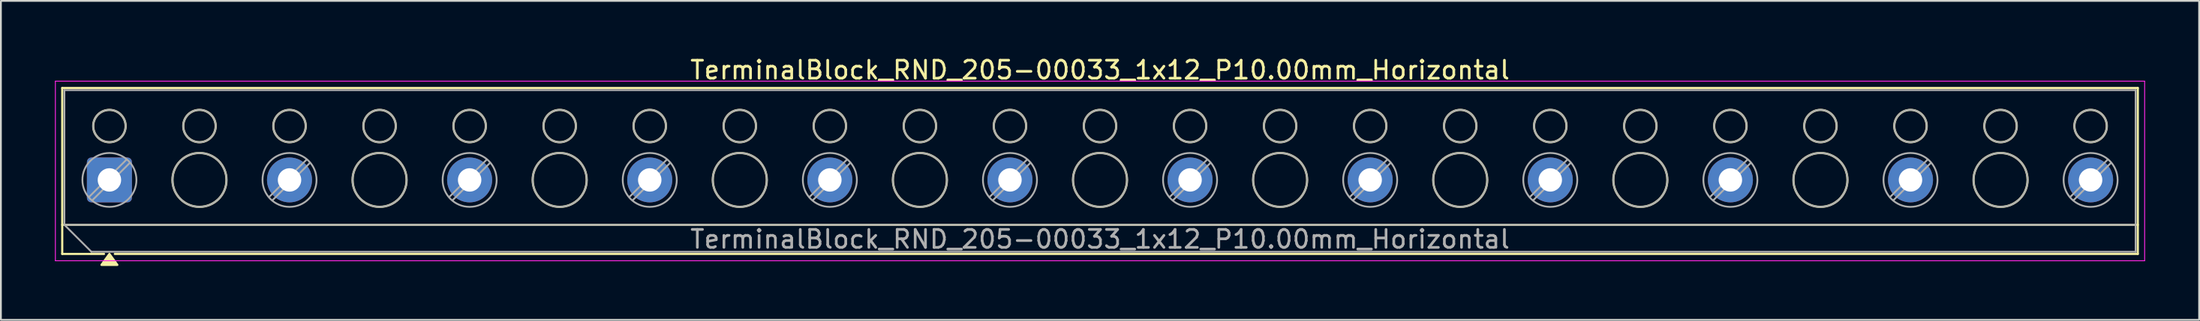
<source format=kicad_pcb>
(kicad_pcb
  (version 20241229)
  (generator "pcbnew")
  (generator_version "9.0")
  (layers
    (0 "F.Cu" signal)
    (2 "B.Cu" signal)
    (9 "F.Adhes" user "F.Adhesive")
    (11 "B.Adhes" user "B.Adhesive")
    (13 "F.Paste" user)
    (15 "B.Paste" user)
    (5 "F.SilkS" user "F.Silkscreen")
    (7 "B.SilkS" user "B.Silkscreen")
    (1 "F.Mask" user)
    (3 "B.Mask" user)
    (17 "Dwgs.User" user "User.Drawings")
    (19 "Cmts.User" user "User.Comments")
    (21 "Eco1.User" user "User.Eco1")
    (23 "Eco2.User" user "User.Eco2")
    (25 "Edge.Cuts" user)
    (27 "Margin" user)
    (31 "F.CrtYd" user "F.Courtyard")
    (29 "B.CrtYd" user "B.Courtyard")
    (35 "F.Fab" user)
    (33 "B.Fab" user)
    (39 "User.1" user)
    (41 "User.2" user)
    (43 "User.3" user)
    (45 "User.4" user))
  (footprint "TerminalBlock_RND_205-00033_1x12_P10.00mm_Horizontal"
    (layer "F.Cu")
    (at 3.025 6.968)
    (property "Reference" "TerminalBlock_RND_205-00033_1x12_P10.00mm_Horizontal" (at 55 -6.12 0) (layer "F.SilkS") (effects (font (size 1 1) (thickness 0.15))))
    (attr through_hole)
    (fp_line (start -2.62 -5.12) (end -2.62 4.12) (stroke (width 0.12) (type solid)) (layer "F.SilkS"))
    (fp_line (start -2.62 -5.12) (end 112.62 -5.12) (stroke (width 0.12) (type solid)) (layer "F.SilkS"))
    (fp_line (start -2.62 2.5) (end 112.62 2.5) (stroke (width 0.12) (type solid)) (layer "F.SilkS"))
    (fp_line (start -2.62 4.12) (end -0.3 4.12) (stroke (width 0.12) (type solid)) (layer "F.SilkS"))
    (fp_line (start 0.3 4.12) (end 112.62 4.12) (stroke (width 0.12) (type solid)) (layer "F.SilkS"))
    (fp_line (start 112.62 -5.12) (end 112.62 4.12) (stroke (width 0.12) (type solid)) (layer "F.SilkS"))
    (fp_circle (center 0 -3) (end 0.9 -3) (stroke (width 0.12) (type solid)) (fill no) (layer "F.SilkS"))
    (fp_circle (center 5 -3) (end 5.9 -3) (stroke (width 0.12) (type solid)) (fill no) (layer "F.SilkS"))
    (fp_circle (center 5 0) (end 6.5 0) (stroke (width 0.12) (type solid)) (fill no) (layer "F.SilkS"))
    (fp_circle (center 10 -3) (end 10.9 -3) (stroke (width 0.12) (type solid)) (fill no) (layer "F.SilkS"))
    (fp_circle (center 15 -3) (end 15.9 -3) (stroke (width 0.12) (type solid)) (fill no) (layer "F.SilkS"))
    (fp_circle (center 15 0) (end 16.5 0) (stroke (width 0.12) (type solid)) (fill no) (layer "F.SilkS"))
    (fp_circle (center 20 -3) (end 20.9 -3) (stroke (width 0.12) (type solid)) (fill no) (layer "F.SilkS"))
    (fp_circle (center 25 -3) (end 25.9 -3) (stroke (width 0.12) (type solid)) (fill no) (layer "F.SilkS"))
    (fp_circle (center 25 0) (end 26.5 0) (stroke (width 0.12) (type solid)) (fill no) (layer "F.SilkS"))
    (fp_circle (center 30 -3) (end 30.9 -3) (stroke (width 0.12) (type solid)) (fill no) (layer "F.SilkS"))
    (fp_circle (center 35 -3) (end 35.9 -3) (stroke (width 0.12) (type solid)) (fill no) (layer "F.SilkS"))
    (fp_circle (center 35 0) (end 36.5 0) (stroke (width 0.12) (type solid)) (fill no) (layer "F.SilkS"))
    (fp_circle (center 40 -3) (end 40.9 -3) (stroke (width 0.12) (type solid)) (fill no) (layer "F.SilkS"))
    (fp_circle (center 45 -3) (end 45.9 -3) (stroke (width 0.12) (type solid)) (fill no) (layer "F.SilkS"))
    (fp_circle (center 45 0) (end 46.5 0) (stroke (width 0.12) (type solid)) (fill no) (layer "F.SilkS"))
    (fp_circle (center 50 -3) (end 50.9 -3) (stroke (width 0.12) (type solid)) (fill no) (layer "F.SilkS"))
    (fp_circle (center 55 -3) (end 55.9 -3) (stroke (width 0.12) (type solid)) (fill no) (layer "F.SilkS"))
    (fp_circle (center 55 0) (end 56.5 0) (stroke (width 0.12) (type solid)) (fill no) (layer "F.SilkS"))
    (fp_circle (center 60 -3) (end 60.9 -3) (stroke (width 0.12) (type solid)) (fill no) (layer "F.SilkS"))
    (fp_circle (center 65 -3) (end 65.9 -3) (stroke (width 0.12) (type solid)) (fill no) (layer "F.SilkS"))
    (fp_circle (center 65 0) (end 66.5 0) (stroke (width 0.12) (type solid)) (fill no) (layer "F.SilkS"))
    (fp_circle (center 70 -3) (end 70.9 -3) (stroke (width 0.12) (type solid)) (fill no) (layer "F.SilkS"))
    (fp_circle (center 75 -3) (end 75.9 -3) (stroke (width 0.12) (type solid)) (fill no) (layer "F.SilkS"))
    (fp_circle (center 75 0) (end 76.5 0) (stroke (width 0.12) (type solid)) (fill no) (layer "F.SilkS"))
    (fp_circle (center 80 -3) (end 80.9 -3) (stroke (width 0.12) (type solid)) (fill no) (layer "F.SilkS"))
    (fp_circle (center 85 -3) (end 85.9 -3) (stroke (width 0.12) (type solid)) (fill no) (layer "F.SilkS"))
    (fp_circle (center 85 0) (end 86.5 0) (stroke (width 0.12) (type solid)) (fill no) (layer "F.SilkS"))
    (fp_circle (center 90 -3) (end 90.9 -3) (stroke (width 0.12) (type solid)) (fill no) (layer "F.SilkS"))
    (fp_circle (center 95 -3) (end 95.9 -3) (stroke (width 0.12) (type solid)) (fill no) (layer "F.SilkS"))
    (fp_circle (center 95 0) (end 96.5 0) (stroke (width 0.12) (type solid)) (fill no) (layer "F.SilkS"))
    (fp_circle (center 100 -3) (end 100.9 -3) (stroke (width 0.12) (type solid)) (fill no) (layer "F.SilkS"))
    (fp_circle (center 105 -3) (end 105.9 -3) (stroke (width 0.12) (type solid)) (fill no) (layer "F.SilkS"))
    (fp_circle (center 105 0) (end 106.5 0) (stroke (width 0.12) (type solid)) (fill no) (layer "F.SilkS"))
    (fp_circle (center 110 -3) (end 110.9 -3) (stroke (width 0.12) (type solid)) (fill no) (layer "F.SilkS"))
    (fp_poly (pts (xy 0 4.12) (xy 0.44 4.73) (xy -0.44 4.73)) (stroke (width 0.12) (type solid)) (fill yes) (layer "F.SilkS"))
    (fp_line (start -3 -5.5) (end -3 4.5) (stroke (width 0.05) (type solid)) (layer "F.CrtYd"))
    (fp_line (start -3 4.5) (end 113 4.5) (stroke (width 0.05) (type solid)) (layer "F.CrtYd"))
    (fp_line (start 113 -5.5) (end -3 -5.5) (stroke (width 0.05) (type solid)) (layer "F.CrtYd"))
    (fp_line (start 113 4.5) (end 113 -5.5) (stroke (width 0.05) (type solid)) (layer "F.CrtYd"))
    (fp_line (start -2.5 -5) (end 112.5 -5) (stroke (width 0.1) (type solid)) (layer "F.Fab"))
    (fp_line (start -2.5 2.5) (end -2.5 -5) (stroke (width 0.1) (type solid)) (layer "F.Fab"))
    (fp_line (start -2.5 2.5) (end 112.5 2.5) (stroke (width 0.1) (type solid)) (layer "F.Fab"))
    (fp_line (start -1 4) (end -2.5 2.5) (stroke (width 0.1) (type solid)) (layer "F.Fab"))
    (fp_line (start 0.955 -1.138) (end -1.138 0.955) (stroke (width 0.1) (type solid)) (layer "F.Fab"))
    (fp_line (start 1.138 -0.955) (end -0.955 1.138) (stroke (width 0.1) (type solid)) (layer "F.Fab"))
    (fp_line (start 10.955 -1.138) (end 8.862 0.955) (stroke (width 0.1) (type solid)) (layer "F.Fab"))
    (fp_line (start 11.138 -0.955) (end 9.045 1.138) (stroke (width 0.1) (type solid)) (layer "F.Fab"))
    (fp_line (start 20.955 -1.138) (end 18.862 0.955) (stroke (width 0.1) (type solid)) (layer "F.Fab"))
    (fp_line (start 21.138 -0.955) (end 19.045 1.138) (stroke (width 0.1) (type solid)) (layer "F.Fab"))
    (fp_line (start 30.955 -1.138) (end 28.862 0.955) (stroke (width 0.1) (type solid)) (layer "F.Fab"))
    (fp_line (start 31.138 -0.955) (end 29.045 1.138) (stroke (width 0.1) (type solid)) (layer "F.Fab"))
    (fp_line (start 40.955 -1.138) (end 38.862 0.955) (stroke (width 0.1) (type solid)) (layer "F.Fab"))
    (fp_line (start 41.138 -0.955) (end 39.045 1.138) (stroke (width 0.1) (type solid)) (layer "F.Fab"))
    (fp_line (start 50.955 -1.138) (end 48.862 0.955) (stroke (width 0.1) (type solid)) (layer "F.Fab"))
    (fp_line (start 51.138 -0.955) (end 49.045 1.138) (stroke (width 0.1) (type solid)) (layer "F.Fab"))
    (fp_line (start 60.955 -1.138) (end 58.862 0.955) (stroke (width 0.1) (type solid)) (layer "F.Fab"))
    (fp_line (start 61.138 -0.955) (end 59.045 1.138) (stroke (width 0.1) (type solid)) (layer "F.Fab"))
    (fp_line (start 70.955 -1.138) (end 68.862 0.955) (stroke (width 0.1) (type solid)) (layer "F.Fab"))
    (fp_line (start 71.138 -0.955) (end 69.045 1.138) (stroke (width 0.1) (type solid)) (layer "F.Fab"))
    (fp_line (start 80.955 -1.138) (end 78.862 0.955) (stroke (width 0.1) (type solid)) (layer "F.Fab"))
    (fp_line (start 81.138 -0.955) (end 79.045 1.138) (stroke (width 0.1) (type solid)) (layer "F.Fab"))
    (fp_line (start 90.955 -1.138) (end 88.862 0.955) (stroke (width 0.1) (type solid)) (layer "F.Fab"))
    (fp_line (start 91.138 -0.955) (end 89.045 1.138) (stroke (width 0.1) (type solid)) (layer "F.Fab"))
    (fp_line (start 100.955 -1.138) (end 98.862 0.955) (stroke (width 0.1) (type solid)) (layer "F.Fab"))
    (fp_line (start 101.138 -0.955) (end 99.045 1.138) (stroke (width 0.1) (type solid)) (layer "F.Fab"))
    (fp_line (start 110.955 -1.138) (end 108.862 0.955) (stroke (width 0.1) (type solid)) (layer "F.Fab"))
    (fp_line (start 111.138 -0.955) (end 109.045 1.138) (stroke (width 0.1) (type solid)) (layer "F.Fab"))
    (fp_line (start 112.5 -5) (end 112.5 4) (stroke (width 0.1) (type solid)) (layer "F.Fab"))
    (fp_line (start 112.5 4) (end -1 4) (stroke (width 0.1) (type solid)) (layer "F.Fab"))
    (fp_circle (center 0 -3) (end 0.9 -3) (stroke (width 0.1) (type solid)) (fill no) (layer "F.Fab"))
    (fp_circle (center 0 0) (end 1.5 0) (stroke (width 0.1) (type solid)) (fill no) (layer "F.Fab"))
    (fp_circle (center 5 -3) (end 5.9 -3) (stroke (width 0.1) (type solid)) (fill no) (layer "F.Fab"))
    (fp_circle (center 5 0) (end 6.5 0) (stroke (width 0.1) (type solid)) (fill no) (layer "F.Fab"))
    (fp_circle (center 10 -3) (end 10.9 -3) (stroke (width 0.1) (type solid)) (fill no) (layer "F.Fab"))
    (fp_circle (center 10 0) (end 11.5 0) (stroke (width 0.1) (type solid)) (fill no) (layer "F.Fab"))
    (fp_circle (center 15 -3) (end 15.9 -3) (stroke (width 0.1) (type solid)) (fill no) (layer "F.Fab"))
    (fp_circle (center 15 0) (end 16.5 0) (stroke (width 0.1) (type solid)) (fill no) (layer "F.Fab"))
    (fp_circle (center 20 -3) (end 20.9 -3) (stroke (width 0.1) (type solid)) (fill no) (layer "F.Fab"))
    (fp_circle (center 20 0) (end 21.5 0) (stroke (width 0.1) (type solid)) (fill no) (layer "F.Fab"))
    (fp_circle (center 25 -3) (end 25.9 -3) (stroke (width 0.1) (type solid)) (fill no) (layer "F.Fab"))
    (fp_circle (center 25 0) (end 26.5 0) (stroke (width 0.1) (type solid)) (fill no) (layer "F.Fab"))
    (fp_circle (center 30 -3) (end 30.9 -3) (stroke (width 0.1) (type solid)) (fill no) (layer "F.Fab"))
    (fp_circle (center 30 0) (end 31.5 0) (stroke (width 0.1) (type solid)) (fill no) (layer "F.Fab"))
    (fp_circle (center 35 -3) (end 35.9 -3) (stroke (width 0.1) (type solid)) (fill no) (layer "F.Fab"))
    (fp_circle (center 35 0) (end 36.5 0) (stroke (width 0.1) (type solid)) (fill no) (layer "F.Fab"))
    (fp_circle (center 40 -3) (end 40.9 -3) (stroke (width 0.1) (type solid)) (fill no) (layer "F.Fab"))
    (fp_circle (center 40 0) (end 41.5 0) (stroke (width 0.1) (type solid)) (fill no) (layer "F.Fab"))
    (fp_circle (center 45 -3) (end 45.9 -3) (stroke (width 0.1) (type solid)) (fill no) (layer "F.Fab"))
    (fp_circle (center 45 0) (end 46.5 0) (stroke (width 0.1) (type solid)) (fill no) (layer "F.Fab"))
    (fp_circle (center 50 -3) (end 50.9 -3) (stroke (width 0.1) (type solid)) (fill no) (layer "F.Fab"))
    (fp_circle (center 50 0) (end 51.5 0) (stroke (width 0.1) (type solid)) (fill no) (layer "F.Fab"))
    (fp_circle (center 55 -3) (end 55.9 -3) (stroke (width 0.1) (type solid)) (fill no) (layer "F.Fab"))
    (fp_circle (center 55 0) (end 56.5 0) (stroke (width 0.1) (type solid)) (fill no) (layer "F.Fab"))
    (fp_circle (center 60 -3) (end 60.9 -3) (stroke (width 0.1) (type solid)) (fill no) (layer "F.Fab"))
    (fp_circle (center 60 0) (end 61.5 0) (stroke (width 0.1) (type solid)) (fill no) (layer "F.Fab"))
    (fp_circle (center 65 -3) (end 65.9 -3) (stroke (width 0.1) (type solid)) (fill no) (layer "F.Fab"))
    (fp_circle (center 65 0) (end 66.5 0) (stroke (width 0.1) (type solid)) (fill no) (layer "F.Fab"))
    (fp_circle (center 70 -3) (end 70.9 -3) (stroke (width 0.1) (type solid)) (fill no) (layer "F.Fab"))
    (fp_circle (center 70 0) (end 71.5 0) (stroke (width 0.1) (type solid)) (fill no) (layer "F.Fab"))
    (fp_circle (center 75 -3) (end 75.9 -3) (stroke (width 0.1) (type solid)) (fill no) (layer "F.Fab"))
    (fp_circle (center 75 0) (end 76.5 0) (stroke (width 0.1) (type solid)) (fill no) (layer "F.Fab"))
    (fp_circle (center 80 -3) (end 80.9 -3) (stroke (width 0.1) (type solid)) (fill no) (layer "F.Fab"))
    (fp_circle (center 80 0) (end 81.5 0) (stroke (width 0.1) (type solid)) (fill no) (layer "F.Fab"))
    (fp_circle (center 85 -3) (end 85.9 -3) (stroke (width 0.1) (type solid)) (fill no) (layer "F.Fab"))
    (fp_circle (center 85 0) (end 86.5 0) (stroke (width 0.1) (type solid)) (fill no) (layer "F.Fab"))
    (fp_circle (center 90 -3) (end 90.9 -3) (stroke (width 0.1) (type solid)) (fill no) (layer "F.Fab"))
    (fp_circle (center 90 0) (end 91.5 0) (stroke (width 0.1) (type solid)) (fill no) (layer "F.Fab"))
    (fp_circle (center 95 -3) (end 95.9 -3) (stroke (width 0.1) (type solid)) (fill no) (layer "F.Fab"))
    (fp_circle (center 95 0) (end 96.5 0) (stroke (width 0.1) (type solid)) (fill no) (layer "F.Fab"))
    (fp_circle (center 100 -3) (end 100.9 -3) (stroke (width 0.1) (type solid)) (fill no) (layer "F.Fab"))
    (fp_circle (center 100 0) (end 101.5 0) (stroke (width 0.1) (type solid)) (fill no) (layer "F.Fab"))
    (fp_circle (center 105 -3) (end 105.9 -3) (stroke (width 0.1) (type solid)) (fill no) (layer "F.Fab"))
    (fp_circle (center 105 0) (end 106.5 0) (stroke (width 0.1) (type solid)) (fill no) (layer "F.Fab"))
    (fp_circle (center 110 -3) (end 110.9 -3) (stroke (width 0.1) (type solid)) (fill no) (layer "F.Fab"))
    (fp_circle (center 110 0) (end 111.5 0) (stroke (width 0.1) (type solid)) (fill no) (layer "F.Fab"))
    (fp_text user "${REFERENCE}" (at 55 3.3 0) (layer "F.Fab") (effects (font (size 1 1) (thickness 0.15))))
    (pad "1" thru_hole roundrect (at 0 0) (size 2.5 2.5) (drill 1.3) (layers "*.Cu" "*.Mask") (roundrect_rratio 0.1))
    (pad "2" thru_hole circle (at 10 0) (size 2.5 2.5) (drill 1.3) (layers "*.Cu" "*.Mask"))
    (pad "3" thru_hole circle (at 20 0) (size 2.5 2.5) (drill 1.3) (layers "*.Cu" "*.Mask"))
    (pad "4" thru_hole circle (at 30 0) (size 2.5 2.5) (drill 1.3) (layers "*.Cu" "*.Mask"))
    (pad "5" thru_hole circle (at 40 0) (size 2.5 2.5) (drill 1.3) (layers "*.Cu" "*.Mask"))
    (pad "6" thru_hole circle (at 50 0) (size 2.5 2.5) (drill 1.3) (layers "*.Cu" "*.Mask"))
    (pad "7" thru_hole circle (at 60 0) (size 2.5 2.5) (drill 1.3) (layers "*.Cu" "*.Mask"))
    (pad "8" thru_hole circle (at 70 0) (size 2.5 2.5) (drill 1.3) (layers "*.Cu" "*.Mask"))
    (pad "9" thru_hole circle (at 80 0) (size 2.5 2.5) (drill 1.3) (layers "*.Cu" "*.Mask"))
    (pad "10" thru_hole circle (at 90 0) (size 2.5 2.5) (drill 1.3) (layers "*.Cu" "*.Mask"))
    (pad "11" thru_hole circle (at 100 0) (size 2.5 2.5) (drill 1.3) (layers "*.Cu" "*.Mask"))
    (pad "12" thru_hole circle (at 110 0) (size 2.5 2.5) (drill 1.3) (layers "*.Cu" "*.Mask")))
  (gr_rect
    (start -3 -3)
    (end 119.05 14.758)
    (stroke (width 0.1) (type default))
    (fill no)
    (layer "Edge.Cuts")))
</source>
